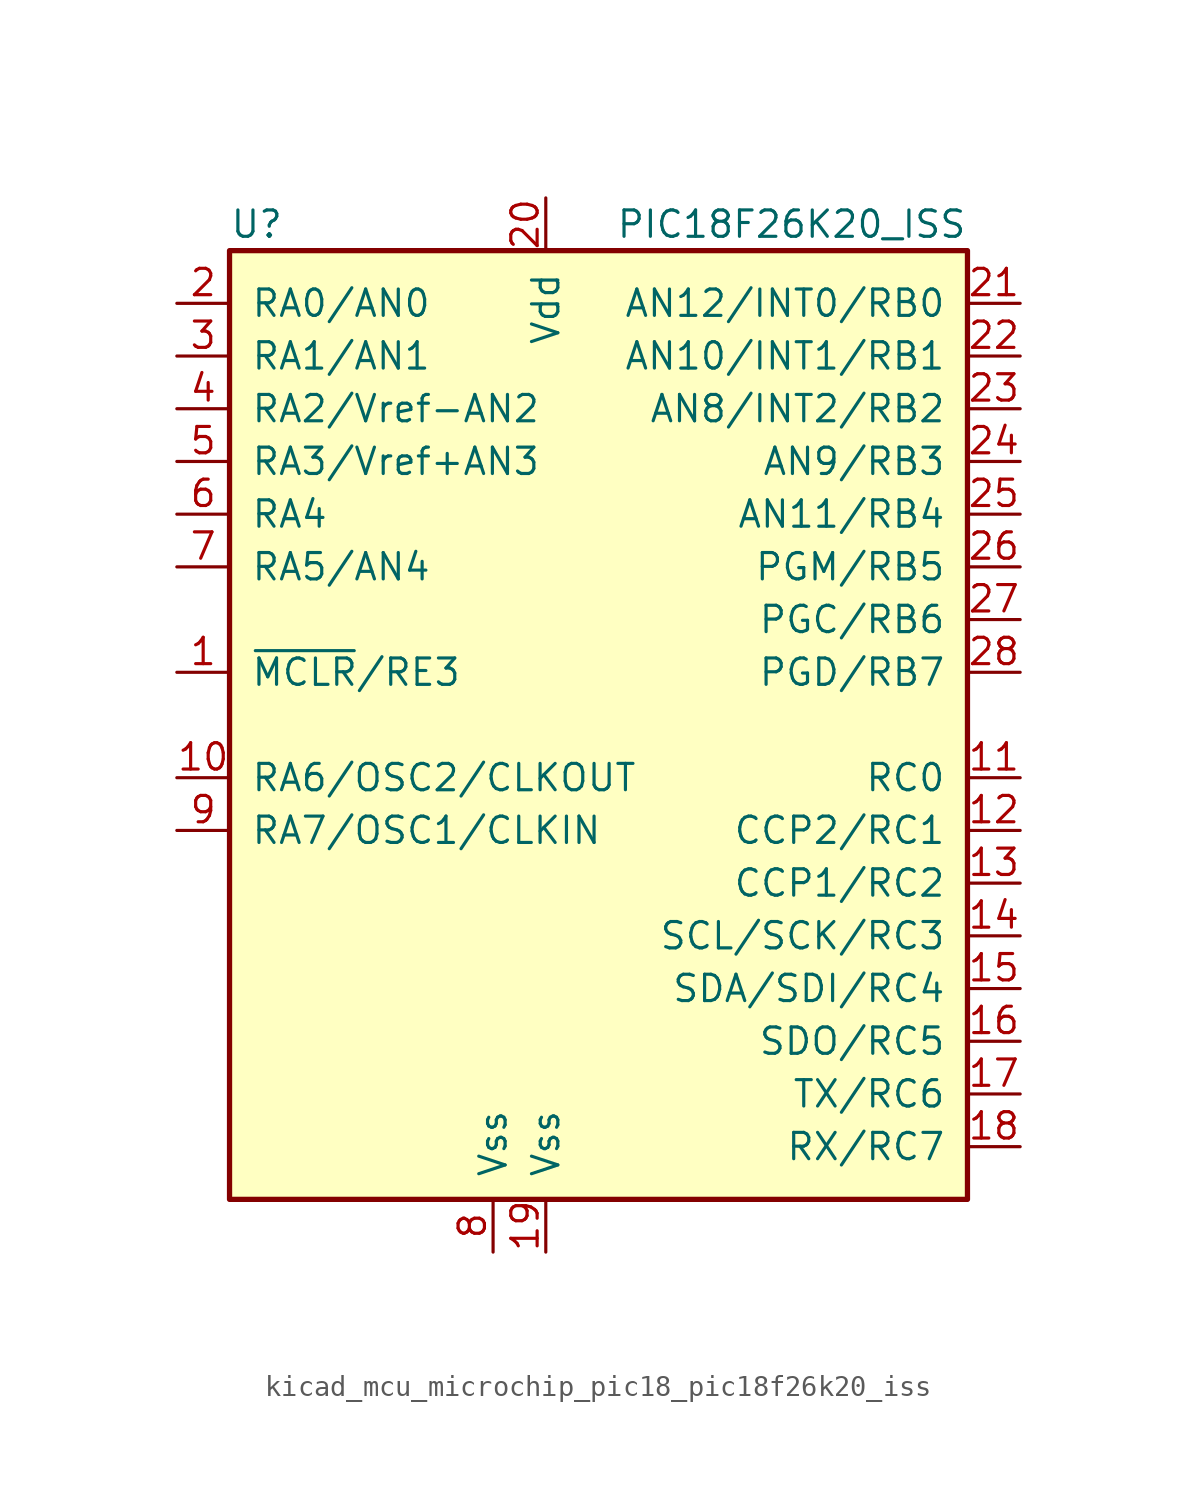
<source format=kicad_sym>
(kicad_symbol_lib
  (version 20220914)
  (generator kicad_symbol_editor)
  (symbol "kicad_mcu_microchip_pic18_pic18f26k20_iss"
    (pin_names
      (offset 1.016))
    (property "Reference" "U"
      (at -17.78 24.13 0)
      (effects (font (size 1.27 1.27)) (justify left)))
    (property "Value" "PIC18F26K20_ISS"
      (at 17.78 24.13 0)
      (effects (font (size 1.27 1.27)) (justify right)))
    (symbol "kicad_mcu_microchip_pic18_pic18f26k20_iss_0_1"
      (rectangle (start -17.78 22.86) (end 17.78 -22.86) (stroke (width 0.254) (type default)) (fill (type background))))
    (symbol "kicad_mcu_microchip_pic18_pic18f26k20_iss_1_1"
      (pin bidirectional line (at -20.32 2.54 0) (length 2.54) (name "~{MCLR}/RE3" (effects (font (size 1.27 1.27)))) (number "1" (effects (font (size 1.27 1.27)))))
      (pin input line (at -20.32 -2.54 0) (length 2.54) (name "RA6/OSC2/CLKOUT" (effects (font (size 1.27 1.27)))) (number "10" (effects (font (size 1.27 1.27)))))
      (pin bidirectional line (at 20.32 -2.54 180) (length 2.54) (name "RC0" (effects (font (size 1.27 1.27)))) (number "11" (effects (font (size 1.27 1.27)))))
      (pin bidirectional line (at 20.32 -5.08 180) (length 2.54) (name "CCP2/RC1" (effects (font (size 1.27 1.27)))) (number "12" (effects (font (size 1.27 1.27)))))
      (pin bidirectional line (at 20.32 -7.62 180) (length 2.54) (name "CCP1/RC2" (effects (font (size 1.27 1.27)))) (number "13" (effects (font (size 1.27 1.27)))))
      (pin bidirectional line (at 20.32 -10.16 180) (length 2.54) (name "SCL/SCK/RC3" (effects (font (size 1.27 1.27)))) (number "14" (effects (font (size 1.27 1.27)))))
      (pin bidirectional line (at 20.32 -12.7 180) (length 2.54) (name "SDA/SDI/RC4" (effects (font (size 1.27 1.27)))) (number "15" (effects (font (size 1.27 1.27)))))
      (pin bidirectional line (at 20.32 -15.24 180) (length 2.54) (name "SDO/RC5" (effects (font (size 1.27 1.27)))) (number "16" (effects (font (size 1.27 1.27)))))
      (pin bidirectional line (at 20.32 -17.78 180) (length 2.54) (name "TX/RC6" (effects (font (size 1.27 1.27)))) (number "17" (effects (font (size 1.27 1.27)))))
      (pin bidirectional line (at 20.32 -20.32 180) (length 2.54) (name "RX/RC7" (effects (font (size 1.27 1.27)))) (number "18" (effects (font (size 1.27 1.27)))))
      (pin power_in line (at -2.54 -25.4 90) (length 2.54) (name "Vss" (effects (font (size 1.27 1.27)))) (number "19" (effects (font (size 1.27 1.27)))))
      (pin bidirectional line (at -20.32 20.32 0) (length 2.54) (name "RA0/AN0" (effects (font (size 1.27 1.27)))) (number "2" (effects (font (size 1.27 1.27)))))
      (pin power_in line (at -2.54 25.4 270) (length 2.54) (name "Vdd" (effects (font (size 1.27 1.27)))) (number "20" (effects (font (size 1.27 1.27)))))
      (pin bidirectional line (at 20.32 20.32 180) (length 2.54) (name "AN12/INT0/RB0" (effects (font (size 1.27 1.27)))) (number "21" (effects (font (size 1.27 1.27)))))
      (pin bidirectional line (at 20.32 17.78 180) (length 2.54) (name "AN10/INT1/RB1" (effects (font (size 1.27 1.27)))) (number "22" (effects (font (size 1.27 1.27)))))
      (pin bidirectional line (at 20.32 15.24 180) (length 2.54) (name "AN8/INT2/RB2" (effects (font (size 1.27 1.27)))) (number "23" (effects (font (size 1.27 1.27)))))
      (pin bidirectional line (at 20.32 12.7 180) (length 2.54) (name "AN9/RB3" (effects (font (size 1.27 1.27)))) (number "24" (effects (font (size 1.27 1.27)))))
      (pin bidirectional line (at 20.32 10.16 180) (length 2.54) (name "AN11/RB4" (effects (font (size 1.27 1.27)))) (number "25" (effects (font (size 1.27 1.27)))))
      (pin bidirectional line (at 20.32 7.62 180) (length 2.54) (name "PGM/RB5" (effects (font (size 1.27 1.27)))) (number "26" (effects (font (size 1.27 1.27)))))
      (pin bidirectional line (at 20.32 5.08 180) (length 2.54) (name "PGC/RB6" (effects (font (size 1.27 1.27)))) (number "27" (effects (font (size 1.27 1.27)))))
      (pin bidirectional line (at 20.32 2.54 180) (length 2.54) (name "PGD/RB7" (effects (font (size 1.27 1.27)))) (number "28" (effects (font (size 1.27 1.27)))))
      (pin bidirectional line (at -20.32 17.78 0) (length 2.54) (name "RA1/AN1" (effects (font (size 1.27 1.27)))) (number "3" (effects (font (size 1.27 1.27)))))
      (pin bidirectional line (at -20.32 15.24 0) (length 2.54) (name "RA2/Vref-AN2" (effects (font (size 1.27 1.27)))) (number "4" (effects (font (size 1.27 1.27)))))
      (pin bidirectional line (at -20.32 12.7 0) (length 2.54) (name "RA3/Vref+AN3" (effects (font (size 1.27 1.27)))) (number "5" (effects (font (size 1.27 1.27)))))
      (pin power_in line (at -20.32 10.16 0) (length 2.54) (name "RA4" (effects (font (size 1.27 1.27)))) (number "6" (effects (font (size 1.27 1.27)))))
      (pin bidirectional line (at -20.32 7.62 0) (length 2.54) (name "RA5/AN4" (effects (font (size 1.27 1.27)))) (number "7" (effects (font (size 1.27 1.27)))))
      (pin power_in line (at -5.08 -25.4 90) (length 2.54) (name "Vss" (effects (font (size 1.27 1.27)))) (number "8" (effects (font (size 1.27 1.27)))))
      (pin input line (at -20.32 -5.08 0) (length 2.54) (name "RA7/OSC1/CLKIN" (effects (font (size 1.27 1.27)))) (number "9" (effects (font (size 1.27 1.27))))))))
</source>
